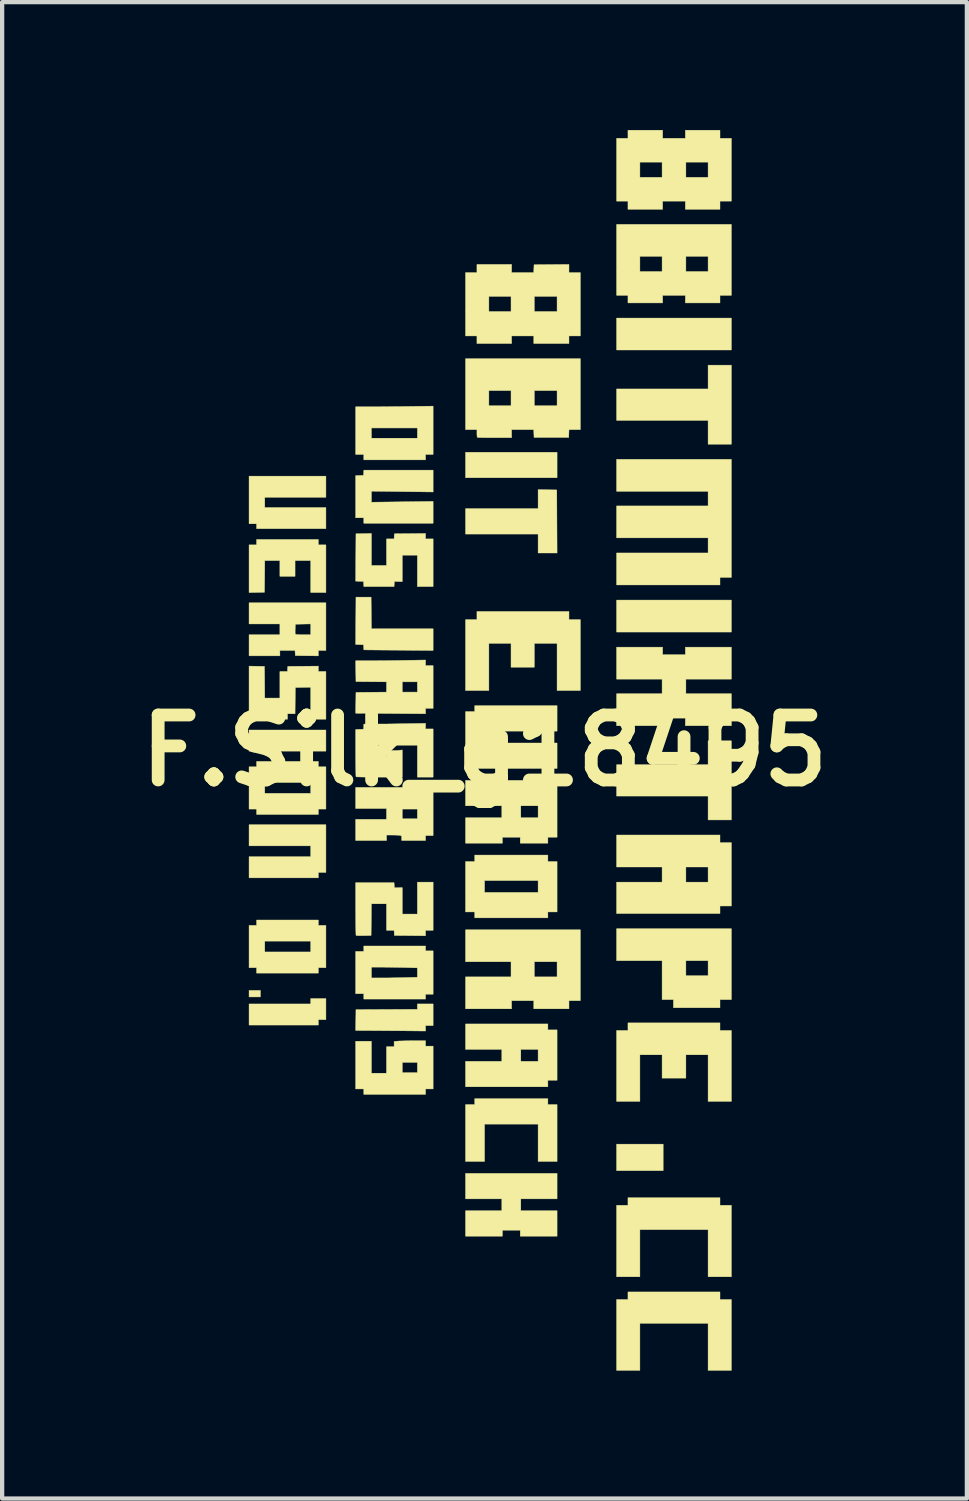
<source format=kicad_pcb>
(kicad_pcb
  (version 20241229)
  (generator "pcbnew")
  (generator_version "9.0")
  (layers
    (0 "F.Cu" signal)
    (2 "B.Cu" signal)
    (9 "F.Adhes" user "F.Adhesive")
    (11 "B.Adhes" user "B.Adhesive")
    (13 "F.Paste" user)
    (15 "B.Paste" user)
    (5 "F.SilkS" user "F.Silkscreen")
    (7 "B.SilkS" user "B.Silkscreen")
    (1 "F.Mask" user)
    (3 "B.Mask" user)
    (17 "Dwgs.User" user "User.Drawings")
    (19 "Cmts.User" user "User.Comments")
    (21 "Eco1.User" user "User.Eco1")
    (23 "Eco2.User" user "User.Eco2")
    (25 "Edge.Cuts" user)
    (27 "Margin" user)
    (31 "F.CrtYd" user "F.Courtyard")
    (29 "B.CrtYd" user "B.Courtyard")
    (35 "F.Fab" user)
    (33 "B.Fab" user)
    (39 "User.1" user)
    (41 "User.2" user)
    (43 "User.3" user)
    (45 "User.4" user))
  (footprint "F.Silk_g18495"
    (layer "F.Cu")
    (at 8.317 14.559)
    (property "Reference" "F.Silk_g18495" (at 0 0 0) (layer "F.SilkS") (effects (font (size 1.524 1.524) (thickness 0.3))))
    (attr through_hole)
    (fp_poly (pts (xy -5.258 5.779) (xy -5.524 5.779) (xy -5.524 5.626) (xy -5.258 5.626) (xy -5.258 5.779)) (stroke (width 0.01) (type solid)) (fill yes) (layer "F.SilkS"))
    (fp_poly (pts (xy -3.721 0.013) (xy -5.524 0.013) (xy -5.524 -0.483) (xy -3.721 -0.483) (xy -3.721 0.013)) (stroke (width 0.01) (type solid)) (fill yes) (layer "F.SilkS"))
    (fp_poly (pts (xy 1.702 -6.401) (xy -0.445 -6.401) (xy -0.445 -6.998) (xy 1.702 -6.998) (xy 1.702 -6.401)) (stroke (width 0.01) (type solid)) (fill yes) (layer "F.SilkS"))
    (fp_poly (pts (xy 4.191 9.855) (xy 3.099 9.855) (xy 3.099 9.233) (xy 4.191 9.233) (xy 4.191 9.855)) (stroke (width 0.01) (type solid)) (fill yes) (layer "F.SilkS"))
    (fp_poly (pts (xy 5.791 -9.398) (xy 3.099 -9.398) (xy 3.099 -10.147) (xy 5.791 -10.147) (xy 5.791 -9.398)) (stroke (width 0.01) (type solid)) (fill yes) (layer "F.SilkS"))
    (fp_poly (pts (xy 5.791 -2.781) (xy 3.099 -2.781) (xy 3.099 -3.531) (xy 5.791 -3.531) (xy 5.791 -2.781)) (stroke (width 0.01) (type solid)) (fill yes) (layer "F.SilkS"))
    (fp_poly (pts (xy -3.721 6.312) (xy -3.899 6.312) (xy -3.899 6.439) (xy -5.524 6.439) (xy -5.524 5.944) (xy -4.077 5.944) (xy -4.077 5.817) (xy -3.721 5.817) (xy -3.721 6.312)) (stroke (width 0.01) (type solid)) (fill yes) (layer "F.SilkS"))
    (fp_poly (pts (xy 1.695 -6.115) (xy 1.702 -4.636) (xy 1.257 -4.636) (xy 1.257 -5.08) (xy -0.445 -5.08) (xy -0.445 -5.677) (xy 1.257 -5.677) (xy 1.257 -6.122) (xy 1.695 -6.115)) (stroke (width 0.01) (type solid)) (fill yes) (layer "F.SilkS"))
    (fp_poly (pts (xy 5.791 -7.188) (xy 5.245 -7.188) (xy 5.245 -7.747) (xy 3.099 -7.747) (xy 3.099 -8.484) (xy 5.245 -8.484) (xy 5.245 -9.042) (xy 5.791 -9.042) (xy 5.791 -7.188)) (stroke (width 0.01) (type solid)) (fill yes) (layer "F.SilkS"))
    (fp_poly (pts (xy 5.791 1.626) (xy 5.245 1.626) (xy 5.245 1.067) (xy 3.099 1.067) (xy 3.099 0.33) (xy 5.245 0.33) (xy 5.245 -0.229) (xy 5.791 -0.229) (xy 5.791 1.626)) (stroke (width 0.01) (type solid)) (fill yes) (layer "F.SilkS"))
    (fp_poly (pts (xy -3.721 -5.944) (xy -5.156 -5.944) (xy -5.156 -5.702) (xy -3.721 -5.702) (xy -3.721 -5.207) (xy -5.347 -5.207) (xy -5.347 -5.321) (xy -5.524 -5.321) (xy -5.524 -6.439) (xy -3.721 -6.439) (xy -3.721 -5.944)) (stroke (width 0.01) (type solid)) (fill yes) (layer "F.SilkS"))
    (fp_poly (pts (xy -3.721 2.857) (xy -3.899 2.857) (xy -3.899 2.985) (xy -5.524 2.985) (xy -5.524 2.489) (xy -4.077 2.489) (xy -4.077 2.235) (xy -5.524 2.235) (xy -5.524 1.74) (xy -3.721 1.74) (xy -3.721 2.857)) (stroke (width 0.01) (type solid)) (fill yes) (layer "F.SilkS"))
    (fp_poly (pts (xy 1.486 8.306) (xy 1.702 8.306) (xy 1.702 9.639) (xy 1.257 9.639) (xy 1.257 8.763) (xy 0 8.763) (xy 0 9.639) (xy -0.445 9.639) (xy -0.445 8.306) (xy -0.229 8.306) (xy -0.229 8.166) (xy 1.486 8.166) (xy 1.486 8.306)) (stroke (width 0.01) (type solid)) (fill yes) (layer "F.SilkS"))
    (fp_poly (pts (xy 1.702 -0.457) (xy 0 -0.457) (xy 0 -0.178) (xy 1.702 -0.178) (xy 1.702 0.419) (xy -0.229 0.419) (xy -0.229 0.267) (xy -0.445 0.267) (xy -0.445 -0.914) (xy -0.229 -0.914) (xy -0.229 -1.054) (xy 1.702 -1.054) (xy 1.702 -0.457)) (stroke (width 0.01) (type solid)) (fill yes) (layer "F.SilkS"))
    (fp_poly (pts (xy 5.524 10.668) (xy 5.791 10.668) (xy 5.791 12.344) (xy 5.245 12.344) (xy 5.245 11.239) (xy 3.645 11.239) (xy 3.645 12.344) (xy 3.099 12.344) (xy 3.099 10.668) (xy 3.365 10.668) (xy 3.365 10.49) (xy 5.524 10.49) (xy 5.524 10.668)) (stroke (width 0.01) (type solid)) (fill yes) (layer "F.SilkS"))
    (fp_poly (pts (xy 5.524 12.878) (xy 5.791 12.878) (xy 5.791 14.541) (xy 5.245 14.541) (xy 5.245 13.437) (xy 3.645 13.437) (xy 3.645 14.541) (xy 3.099 14.541) (xy 3.099 12.878) (xy 3.365 12.878) (xy 3.365 12.7) (xy 5.524 12.7) (xy 5.524 12.878)) (stroke (width 0.01) (type solid)) (fill yes) (layer "F.SilkS"))
    (fp_poly (pts (xy -1.206 -6.067) (xy -2.654 -6.086) (xy -2.654 -5.827) (xy -1.206 -5.846) (xy -1.206 -5.334) (xy -2.832 -5.334) (xy -2.832 -5.461) (xy -3.023 -5.461) (xy -3.023 -6.45) (xy -2.838 -6.458) (xy -2.835 -6.518) (xy -2.831 -6.579) (xy -1.206 -6.579) (xy -1.206 -6.067)) (stroke (width 0.01) (type solid)) (fill yes) (layer "F.SilkS"))
    (fp_poly (pts (xy 5.791 -4.064) (xy 5.524 -4.064) (xy 5.524 -3.886) (xy 3.099 -3.886) (xy 3.099 -4.636) (xy 5.245 -4.636) (xy 5.245 -4.991) (xy 3.099 -4.991) (xy 3.099 -5.74) (xy 5.245 -5.74) (xy 5.245 -6.083) (xy 3.099 -6.083) (xy 3.099 -6.833) (xy 5.791 -6.833) (xy 5.791 -4.064)) (stroke (width 0.01) (type solid)) (fill yes) (layer "F.SilkS"))
    (fp_poly (pts (xy -1.206 6.452) (xy -1.384 6.452) (xy -1.384 6.579) (xy -1.686 6.576) (xy -1.77 6.575) (xy -1.874 6.574) (xy -1.993 6.573) (xy -2.121 6.572) (xy -2.255 6.571) (xy -2.388 6.57) (xy -2.505 6.569) (xy -3.023 6.566) (xy -3.016 6.077) (xy -1.575 6.07) (xy -1.575 5.944) (xy -1.206 5.944) (xy -1.206 6.452)) (stroke (width 0.01) (type solid)) (fill yes) (layer "F.SilkS"))
    (fp_poly (pts (xy 1.702 10.516) (xy 0.851 10.516) (xy 0.851 10.795) (xy 1.702 10.795) (xy 1.702 11.392) (xy 0.838 11.392) (xy 0.838 11.252) (xy 0.419 11.252) (xy 0.419 11.392) (xy -0.445 11.392) (xy -0.445 10.795) (xy 0.406 10.795) (xy 0.406 10.516) (xy -0.445 10.516) (xy -0.445 9.919) (xy 1.702 9.919) (xy 1.702 10.516)) (stroke (width 0.01) (type solid)) (fill yes) (layer "F.SilkS"))
    (fp_poly (pts (xy 1.981 -3.073) (xy 2.248 -3.073) (xy 2.248 -1.41) (xy 1.702 -1.41) (xy 1.702 -2.515) (xy 1.168 -2.515) (xy 1.168 -1.956) (xy 0.622 -1.956) (xy 0.622 -2.515) (xy 0.102 -2.515) (xy 0.102 -1.41) (xy -0.445 -1.41) (xy -0.445 -3.073) (xy -0.178 -3.073) (xy -0.178 -3.264) (xy 1.981 -3.264) (xy 1.981 -3.073)) (stroke (width 0.01) (type solid)) (fill yes) (layer "F.SilkS"))
    (fp_poly (pts (xy 5.524 6.566) (xy 5.791 6.566) (xy 5.791 8.23) (xy 5.245 8.23) (xy 5.245 7.137) (xy 4.724 7.137) (xy 4.724 7.684) (xy 4.166 7.684) (xy 4.166 7.137) (xy 3.645 7.137) (xy 3.645 8.23) (xy 3.099 8.23) (xy 3.099 6.566) (xy 3.365 6.566) (xy 3.365 6.388) (xy 5.524 6.388) (xy 5.524 6.566)) (stroke (width 0.01) (type solid)) (fill yes) (layer "F.SilkS"))
    (fp_poly (pts (xy 5.791 5.842) (xy 5.524 5.842) (xy 5.524 6.032) (xy 4.432 6.032) (xy 4.432 5.842) (xy 4.166 5.842) (xy 4.166 4.928) (xy 4.724 4.928) (xy 4.724 5.283) (xy 5.245 5.283) (xy 5.245 4.928) (xy 4.724 4.928) (xy 4.166 4.928) (xy 3.099 4.928) (xy 3.099 4.178) (xy 5.791 4.178) (xy 5.791 5.842)) (stroke (width 0.01) (type solid)) (fill yes) (layer "F.SilkS"))
    (fp_poly (pts (xy -3.899 -4.826) (xy -3.721 -4.826) (xy -3.721 -3.708) (xy -4.077 -3.708) (xy -4.077 -4.458) (xy -4.445 -4.458) (xy -4.445 -4.089) (xy -4.801 -4.089) (xy -4.801 -4.458) (xy -5.156 -4.458) (xy -5.159 -4.086) (xy -5.163 -3.715) (xy -5.344 -3.711) (xy -5.524 -3.708) (xy -5.524 -4.826) (xy -5.347 -4.826) (xy -5.347 -4.953) (xy -3.899 -4.953) (xy -3.899 -4.826)) (stroke (width 0.01) (type solid)) (fill yes) (layer "F.SilkS"))
    (fp_poly (pts (xy 1.486 6.553) (xy 1.702 6.553) (xy 1.702 7.734) (xy 1.486 7.734) (xy 1.486 7.887) (xy -0.445 7.887) (xy -0.445 7.29) (xy 0.406 7.29) (xy 0.406 7.01) (xy 0.851 7.01) (xy 0.851 7.29) (xy 1.257 7.29) (xy 1.257 7.01) (xy 0.851 7.01) (xy 0.406 7.01) (xy -0.445 7.01) (xy -0.445 6.413) (xy 1.486 6.413) (xy 1.486 6.553)) (stroke (width 0.01) (type solid)) (fill yes) (layer "F.SilkS"))
    (fp_poly (pts (xy 5.524 2.159) (xy 5.791 2.159) (xy 5.791 3.645) (xy 5.524 3.645) (xy 5.524 3.823) (xy 3.099 3.823) (xy 3.099 3.086) (xy 4.166 3.086) (xy 4.166 2.731) (xy 4.724 2.731) (xy 4.724 3.086) (xy 5.245 3.086) (xy 5.245 2.731) (xy 4.724 2.731) (xy 4.166 2.731) (xy 3.099 2.731) (xy 3.099 1.981) (xy 5.524 1.981) (xy 5.524 2.159)) (stroke (width 0.01) (type solid)) (fill yes) (layer "F.SilkS"))
    (fp_poly (pts (xy -3.899 0.381) (xy -3.721 0.381) (xy -3.721 1.372) (xy -3.899 1.372) (xy -3.899 1.499) (xy -5.347 1.499) (xy -5.347 1.372) (xy -5.524 1.372) (xy -5.524 0.749) (xy -5.156 0.749) (xy -5.156 1.003) (xy -4.077 1.003) (xy -4.077 0.749) (xy -5.156 0.749) (xy -5.524 0.749) (xy -5.524 0.381) (xy -5.347 0.381) (xy -5.347 0.254) (xy -3.899 0.254) (xy -3.899 0.381)) (stroke (width 0.01) (type solid)) (fill yes) (layer "F.SilkS"))
    (fp_poly (pts (xy -3.899 4.102) (xy -3.721 4.102) (xy -3.721 5.093) (xy -3.899 5.093) (xy -3.899 5.22) (xy -5.347 5.22) (xy -5.347 5.093) (xy -5.524 5.093) (xy -5.524 4.47) (xy -5.156 4.47) (xy -5.156 4.724) (xy -4.077 4.724) (xy -4.077 4.47) (xy -5.156 4.47) (xy -5.524 4.47) (xy -5.524 4.102) (xy -5.347 4.102) (xy -5.347 3.975) (xy -3.899 3.975) (xy -3.899 4.102)) (stroke (width 0.01) (type solid)) (fill yes) (layer "F.SilkS"))
    (fp_poly (pts (xy -2.657 -3.229) (xy -2.654 -2.857) (xy -1.206 -2.857) (xy -1.206 -2.349) (xy -1.597 -2.352) (xy -1.716 -2.353) (xy -1.853 -2.355) (xy -1.999 -2.356) (xy -2.147 -2.357) (xy -2.287 -2.358) (xy -2.409 -2.359) (xy -2.831 -2.363) (xy -2.835 -2.423) (xy -2.838 -2.483) (xy -2.931 -2.487) (xy -3.023 -2.49) (xy -3.02 -3.045) (xy -3.016 -3.6) (xy -2.661 -3.6) (xy -2.657 -3.229)) (stroke (width 0.01) (type solid)) (fill yes) (layer "F.SilkS"))
    (fp_poly (pts (xy 1.486 2.603) (xy 1.702 2.603) (xy 1.702 3.785) (xy 1.486 3.785) (xy 1.486 3.924) (xy -0.229 3.924) (xy -0.229 3.785) (xy -0.445 3.785) (xy -0.445 3.048) (xy 0 3.048) (xy 0 3.327) (xy 1.257 3.327) (xy 1.257 3.048) (xy 0 3.048) (xy -0.445 3.048) (xy -0.445 2.603) (xy -0.229 2.603) (xy -0.229 2.451) (xy 1.486 2.451) (xy 1.486 2.603)) (stroke (width 0.01) (type solid)) (fill yes) (layer "F.SilkS"))
    (fp_poly (pts (xy 1.702 2.032) (xy 1.486 2.032) (xy 1.486 2.172) (xy 0.838 2.172) (xy 0.838 2.032) (xy 0.419 2.032) (xy 0.419 2.172) (xy -0.445 2.172) (xy -0.445 1.575) (xy 0.406 1.575) (xy 0.406 1.295) (xy 0.851 1.295) (xy 0.851 1.575) (xy 1.257 1.575) (xy 1.257 1.295) (xy 0.851 1.295) (xy 0.406 1.295) (xy -0.445 1.295) (xy -0.445 0.699) (xy 1.702 0.699) (xy 1.702 2.032)) (stroke (width 0.01) (type solid)) (fill yes) (layer "F.SilkS"))
    (fp_poly (pts (xy 2.248 5.867) (xy 1.981 5.867) (xy 1.981 6.058) (xy 1.156 6.058) (xy 1.156 5.867) (xy 0.635 5.867) (xy 0.635 6.058) (xy -0.445 6.058) (xy -0.445 5.309) (xy 0.622 5.309) (xy 0.622 4.953) (xy 1.168 4.953) (xy 1.168 5.309) (xy 1.702 5.309) (xy 1.702 4.953) (xy 1.168 4.953) (xy 0.622 4.953) (xy -0.445 4.953) (xy -0.445 4.204) (xy 2.248 4.204) (xy 2.248 5.867)) (stroke (width 0.01) (type solid)) (fill yes) (layer "F.SilkS"))
    (fp_poly (pts (xy 4.178 -2.248) (xy 4.712 -2.248) (xy 4.712 -2.426) (xy 5.791 -2.426) (xy 5.791 -1.676) (xy 4.724 -1.676) (xy 4.724 -1.333) (xy 5.791 -1.333) (xy 5.791 -0.584) (xy 4.712 -0.584) (xy 4.712 -0.762) (xy 4.178 -0.762) (xy 4.178 -0.584) (xy 3.099 -0.584) (xy 3.099 -1.333) (xy 4.166 -1.333) (xy 4.166 -1.676) (xy 3.099 -1.676) (xy 3.099 -2.426) (xy 4.178 -2.426) (xy 4.178 -2.248)) (stroke (width 0.01) (type solid)) (fill yes) (layer "F.SilkS"))
    (fp_poly (pts (xy -5.163 -1.975) (xy -5.159 -1.603) (xy -5.156 -1.232) (xy -4.801 -1.232) (xy -4.801 -1.854) (xy -4.624 -1.854) (xy -4.616 -1.975) (xy -3.899 -1.982) (xy -3.899 -1.854) (xy -3.721 -1.854) (xy -3.721 -0.737) (xy -4.077 -0.737) (xy -4.077 -1.487) (xy -4.439 -1.48) (xy -4.445 -0.864) (xy -4.623 -0.864) (xy -4.623 -0.737) (xy -5.347 -0.737) (xy -5.347 -0.864) (xy -5.524 -0.864) (xy -5.524 -1.982) (xy -5.163 -1.975)) (stroke (width 0.01) (type solid)) (fill yes) (layer "F.SilkS"))
    (fp_poly (pts (xy -2.654 -4.343) (xy -2.299 -4.343) (xy -2.299 -4.966) (xy -2.122 -4.966) (xy -2.115 -5.086) (xy -1.384 -5.093) (xy -1.384 -4.966) (xy -1.206 -4.966) (xy -1.206 -3.848) (xy -1.575 -3.848) (xy -1.575 -4.585) (xy -1.93 -4.585) (xy -1.93 -3.964) (xy -2.115 -3.969) (xy -2.122 -3.848) (xy -2.831 -3.848) (xy -2.835 -3.908) (xy -2.838 -3.969) (xy -2.931 -3.972) (xy -3.023 -3.976) (xy -3.02 -4.531) (xy -3.016 -5.086) (xy -2.654 -5.093) (xy -2.654 -4.343)) (stroke (width 0.01) (type solid)) (fill yes) (layer "F.SilkS"))
    (fp_poly (pts (xy -1.206 -6.947) (xy -1.384 -6.947) (xy -1.384 -6.82) (xy -2.832 -6.82) (xy -2.832 -6.947) (xy -3.023 -6.947) (xy -3.023 -7.569) (xy -2.654 -7.569) (xy -2.654 -7.328) (xy -1.575 -7.328) (xy -1.575 -7.569) (xy -2.654 -7.569) (xy -3.023 -7.569) (xy -3.023 -8.065) (xy -2.707 -8.065) (xy -2.625 -8.065) (xy -2.523 -8.065) (xy -2.404 -8.066) (xy -2.274 -8.067) (xy -2.137 -8.069) (xy -1.997 -8.07) (xy -1.859 -8.072) (xy -1.799 -8.073) (xy -1.206 -8.081) (xy -1.206 -6.947)) (stroke (width 0.01) (type solid)) (fill yes) (layer "F.SilkS"))
    (fp_poly (pts (xy 5.791 -10.681) (xy 5.524 -10.681) (xy 5.524 -10.503) (xy 4.712 -10.503) (xy 4.712 -10.681) (xy 4.178 -10.681) (xy 4.178 -10.503) (xy 3.365 -10.503) (xy 3.365 -10.681) (xy 3.099 -10.681) (xy 3.099 -11.595) (xy 3.645 -11.595) (xy 3.645 -11.239) (xy 4.166 -11.239) (xy 4.166 -11.595) (xy 4.724 -11.595) (xy 4.724 -11.239) (xy 5.245 -11.239) (xy 5.245 -11.595) (xy 4.724 -11.595) (xy 4.166 -11.595) (xy 3.645 -11.595) (xy 3.099 -11.595) (xy 3.099 -12.344) (xy 5.791 -12.344) (xy 5.791 -10.681)) (stroke (width 0.01) (type solid)) (fill yes) (layer "F.SilkS"))
    (fp_poly (pts (xy -1.206 1.994) (xy -1.384 1.994) (xy -1.384 2.108) (xy -1.943 2.108) (xy -1.943 2.053) (xy -1.945 2.018) (xy -1.952 2) (xy -1.972 1.992) (xy -1.983 1.989) (xy -2.012 1.986) (xy -2.059 1.983) (xy -2.117 1.982) (xy -2.161 1.981) (xy -2.299 1.981) (xy -2.299 2.108) (xy -3.023 2.108) (xy -3.023 1.613) (xy -2.299 1.613) (xy -2.299 1.372) (xy -1.93 1.372) (xy -1.93 1.6) (xy -1.575 1.6) (xy -1.575 1.372) (xy -1.93 1.372) (xy -2.299 1.372) (xy -2.299 1.359) (xy -3.023 1.359) (xy -3.023 0.864) (xy -1.206 0.864) (xy -1.206 1.994)) (stroke (width 0.01) (type solid)) (fill yes) (layer "F.SilkS"))
    (fp_poly (pts (xy -1.384 6.934) (xy -1.206 6.934) (xy -1.206 7.938) (xy -1.384 7.938) (xy -1.384 8.065) (xy -2.832 8.065) (xy -2.832 7.938) (xy -3.023 7.938) (xy -3.023 6.82) (xy -2.654 6.82) (xy -2.654 7.569) (xy -2.299 7.569) (xy -2.299 7.315) (xy -1.93 7.315) (xy -1.93 7.556) (xy -1.575 7.556) (xy -1.575 7.315) (xy -1.93 7.315) (xy -2.299 7.315) (xy -2.299 6.947) (xy -2.121 6.947) (xy -2.121 6.824) (xy -2.024 6.815) (xy -1.981 6.813) (xy -1.918 6.811) (xy -1.842 6.809) (xy -1.756 6.808) (xy -1.669 6.807) (xy -1.655 6.807) (xy -1.384 6.807) (xy -1.384 6.934)) (stroke (width 0.01) (type solid)) (fill yes) (layer "F.SilkS"))
    (fp_poly (pts (xy -3.721 -2.349) (xy -3.899 -2.349) (xy -3.899 -2.222) (xy -4.169 -2.225) (xy -4.439 -2.229) (xy -4.446 -2.349) (xy -4.801 -2.349) (xy -4.801 -2.223) (xy -5.524 -2.223) (xy -5.524 -2.718) (xy -4.801 -2.718) (xy -4.801 -2.807) (xy -4.443 -2.807) (xy -4.443 -2.765) (xy -4.441 -2.739) (xy -4.44 -2.735) (xy -4.431 -2.728) (xy -4.408 -2.723) (xy -4.369 -2.72) (xy -4.311 -2.718) (xy -4.255 -2.718) (xy -4.077 -2.718) (xy -4.077 -2.972) (xy -4.439 -2.965) (xy -4.442 -2.859) (xy -4.443 -2.807) (xy -4.801 -2.807) (xy -4.801 -2.972) (xy -5.524 -2.972) (xy -5.524 -3.467) (xy -3.721 -3.467) (xy -3.721 -2.349)) (stroke (width 0.01) (type solid)) (fill yes) (layer "F.SilkS"))
    (fp_poly (pts (xy -1.384 4.699) (xy -1.206 4.699) (xy -1.206 5.715) (xy -1.384 5.715) (xy -1.384 5.829) (xy -2.832 5.829) (xy -2.832 5.702) (xy -3.023 5.702) (xy -3.023 5.334) (xy -2.654 5.334) (xy -2.429 5.334) (xy -2.347 5.334) (xy -2.248 5.333) (xy -2.138 5.331) (xy -2.026 5.329) (xy -1.919 5.326) (xy -1.889 5.326) (xy -1.575 5.317) (xy -1.575 5.097) (xy -1.889 5.088) (xy -1.993 5.086) (xy -2.105 5.084) (xy -2.216 5.082) (xy -2.319 5.081) (xy -2.407 5.08) (xy -2.429 5.08) (xy -2.654 5.08) (xy -2.654 5.334) (xy -3.023 5.334) (xy -3.023 4.712) (xy -2.832 4.712) (xy -2.832 4.585) (xy -1.384 4.585) (xy -1.384 4.699)) (stroke (width 0.01) (type solid)) (fill yes) (layer "F.SilkS"))
    (fp_poly (pts (xy 4.178 -14.364) (xy 4.712 -14.364) (xy 4.712 -14.554) (xy 5.524 -14.554) (xy 5.524 -14.364) (xy 5.791 -14.364) (xy 5.791 -12.89) (xy 5.524 -12.89) (xy 5.524 -12.7) (xy 4.712 -12.7) (xy 4.712 -12.89) (xy 4.178 -12.89) (xy 4.178 -12.7) (xy 3.365 -12.7) (xy 3.365 -12.89) (xy 3.099 -12.89) (xy 3.099 -13.805) (xy 3.645 -13.805) (xy 3.645 -13.449) (xy 4.166 -13.449) (xy 4.166 -13.805) (xy 4.724 -13.805) (xy 4.724 -13.449) (xy 5.245 -13.449) (xy 5.245 -13.805) (xy 4.724 -13.805) (xy 4.166 -13.805) (xy 3.645 -13.805) (xy 3.099 -13.805) (xy 3.099 -14.364) (xy 3.365 -14.364) (xy 3.365 -14.554) (xy 4.178 -14.554) (xy 4.178 -14.364)) (stroke (width 0.01) (type solid)) (fill yes) (layer "F.SilkS"))
    (fp_poly (pts (xy -1.206 4.216) (xy -1.384 4.216) (xy -1.384 4.344) (xy -1.749 4.34) (xy -2.115 4.337) (xy -2.122 4.216) (xy -2.299 4.216) (xy -2.299 3.594) (xy -2.654 3.594) (xy -2.657 3.966) (xy -2.661 4.337) (xy -2.833 4.341) (xy -2.897 4.341) (xy -2.951 4.341) (xy -2.991 4.339) (xy -3.012 4.336) (xy -3.014 4.335) (xy -3.016 4.321) (xy -3.017 4.284) (xy -3.019 4.227) (xy -3.02 4.151) (xy -3.021 4.061) (xy -3.022 3.957) (xy -3.022 3.843) (xy -3.023 3.721) (xy -3.023 3.099) (xy -2.122 3.099) (xy -2.115 3.219) (xy -2.022 3.217) (xy -1.93 3.214) (xy -1.93 3.835) (xy -1.575 3.835) (xy -1.575 3.086) (xy -1.206 3.086) (xy -1.206 4.216)) (stroke (width 0.01) (type solid)) (fill yes) (layer "F.SilkS"))
    (fp_poly (pts (xy 1.981 -11.214) (xy 2.248 -11.214) (xy 2.248 -9.728) (xy 1.981 -9.728) (xy 1.981 -9.55) (xy 1.156 -9.55) (xy 1.156 -9.728) (xy 0.635 -9.728) (xy 0.635 -9.55) (xy -0.178 -9.55) (xy -0.178 -9.728) (xy -0.445 -9.728) (xy -0.445 -10.655) (xy 0.102 -10.655) (xy 0.102 -10.3) (xy 0.622 -10.3) (xy 0.622 -10.655) (xy 1.168 -10.655) (xy 1.168 -10.3) (xy 1.702 -10.3) (xy 1.702 -10.655) (xy 1.168 -10.655) (xy 0.622 -10.655) (xy 0.102 -10.655) (xy -0.445 -10.655) (xy -0.445 -11.214) (xy -0.178 -11.214) (xy -0.178 -11.405) (xy 0.635 -11.405) (xy 0.635 -11.214) (xy 1.155 -11.214) (xy 1.158 -11.306) (xy 1.162 -11.398) (xy 1.981 -11.405) (xy 1.981 -11.214)) (stroke (width 0.01) (type solid)) (fill yes) (layer "F.SilkS"))
    (fp_poly (pts (xy 2.248 -7.531) (xy 1.982 -7.531) (xy 1.975 -7.347) (xy 1.162 -7.347) (xy 1.158 -7.439) (xy 1.155 -7.531) (xy 0.635 -7.531) (xy 0.635 -7.341) (xy 0.237 -7.341) (xy 0.139 -7.341) (xy 0.049 -7.342) (xy -0.029 -7.343) (xy -0.093 -7.344) (xy -0.14 -7.346) (xy -0.165 -7.348) (xy -0.169 -7.349) (xy -0.174 -7.365) (xy -0.177 -7.399) (xy -0.178 -7.444) (xy -0.178 -7.531) (xy -0.445 -7.531) (xy -0.445 -8.445) (xy 0.102 -8.445) (xy 0.102 -8.09) (xy 0.622 -8.09) (xy 0.622 -8.445) (xy 1.168 -8.445) (xy 1.168 -8.09) (xy 1.702 -8.09) (xy 1.702 -8.445) (xy 1.168 -8.445) (xy 0.622 -8.445) (xy 0.102 -8.445) (xy -0.445 -8.445) (xy -0.445 -9.195) (xy 2.248 -9.195) (xy 2.248 -7.531)) (stroke (width 0.01) (type solid)) (fill yes) (layer "F.SilkS"))
    (fp_poly (pts (xy -1.384 -1.994) (xy -1.206 -1.994) (xy -1.206 -0.991) (xy -1.384 -0.991) (xy -1.384 -0.864) (xy -1.686 -0.867) (xy -1.77 -0.867) (xy -1.874 -0.868) (xy -1.993 -0.869) (xy -2.121 -0.87) (xy -2.255 -0.871) (xy -2.388 -0.872) (xy -2.505 -0.873) (xy -3.023 -0.877) (xy -3.016 -1.365) (xy -2.299 -1.372) (xy -2.299 -1.613) (xy -2.341 -1.613) (xy -1.93 -1.613) (xy -1.93 -1.372) (xy -1.575 -1.372) (xy -1.575 -1.613) (xy -1.93 -1.613) (xy -2.341 -1.613) (xy -2.657 -1.616) (xy -3.016 -1.619) (xy -3.02 -1.864) (xy -3.023 -2.108) (xy -2.663 -2.108) (xy -2.558 -2.108) (xy -2.434 -2.109) (xy -2.298 -2.11) (xy -2.157 -2.112) (xy -2.018 -2.114) (xy -1.886 -2.116) (xy -1.844 -2.117) (xy -1.384 -2.125) (xy -1.384 -1.994)) (stroke (width 0.01) (type solid)) (fill yes) (layer "F.SilkS"))
    (fp_poly (pts (xy -1.384 -0.508) (xy -1.206 -0.508) (xy -1.206 0.622) (xy -1.575 0.622) (xy -1.575 -0.127) (xy -2.654 -0.127) (xy -2.654 0.127) (xy -2.299 0.127) (xy -2.299 0) (xy -2.162 -0.00014) (xy -2.1 -0.001) (xy -2.043 -0.003) (xy -1.997 -0.006) (xy -1.978 -0.008) (xy -1.93 -0.016) (xy -1.93 0.622) (xy -2.468 0.622) (xy -2.583 0.622) (xy -2.689 0.622) (xy -2.785 0.621) (xy -2.868 0.62) (xy -2.934 0.618) (xy -2.983 0.617) (xy -3.009 0.615) (xy -3.014 0.614) (xy -3.016 0.6) (xy -3.018 0.563) (xy -3.019 0.506) (xy -3.02 0.431) (xy -3.021 0.342) (xy -3.022 0.241) (xy -3.023 0.13) (xy -3.023 0.056) (xy -3.023 -0.494) (xy -2.838 -0.502) (xy -2.835 -0.562) (xy -2.831 -0.622) (xy -2.567 -0.622) (xy -2.488 -0.623) (xy -2.39 -0.623) (xy -2.277 -0.624) (xy -2.155 -0.626) (xy -2.03 -0.628) (xy -1.906 -0.63) (xy -1.844 -0.631) (xy -1.384 -0.639) (xy -1.384 -0.508)) (stroke (width 0.01) (type solid)) (fill yes) (layer "F.SilkS")))
  (gr_rect
    (start -3 -3)
    (end 19.633 32.106)
    (stroke (width 0.1) (type default))
    (fill no)
    (layer "Edge.Cuts")))
</source>
